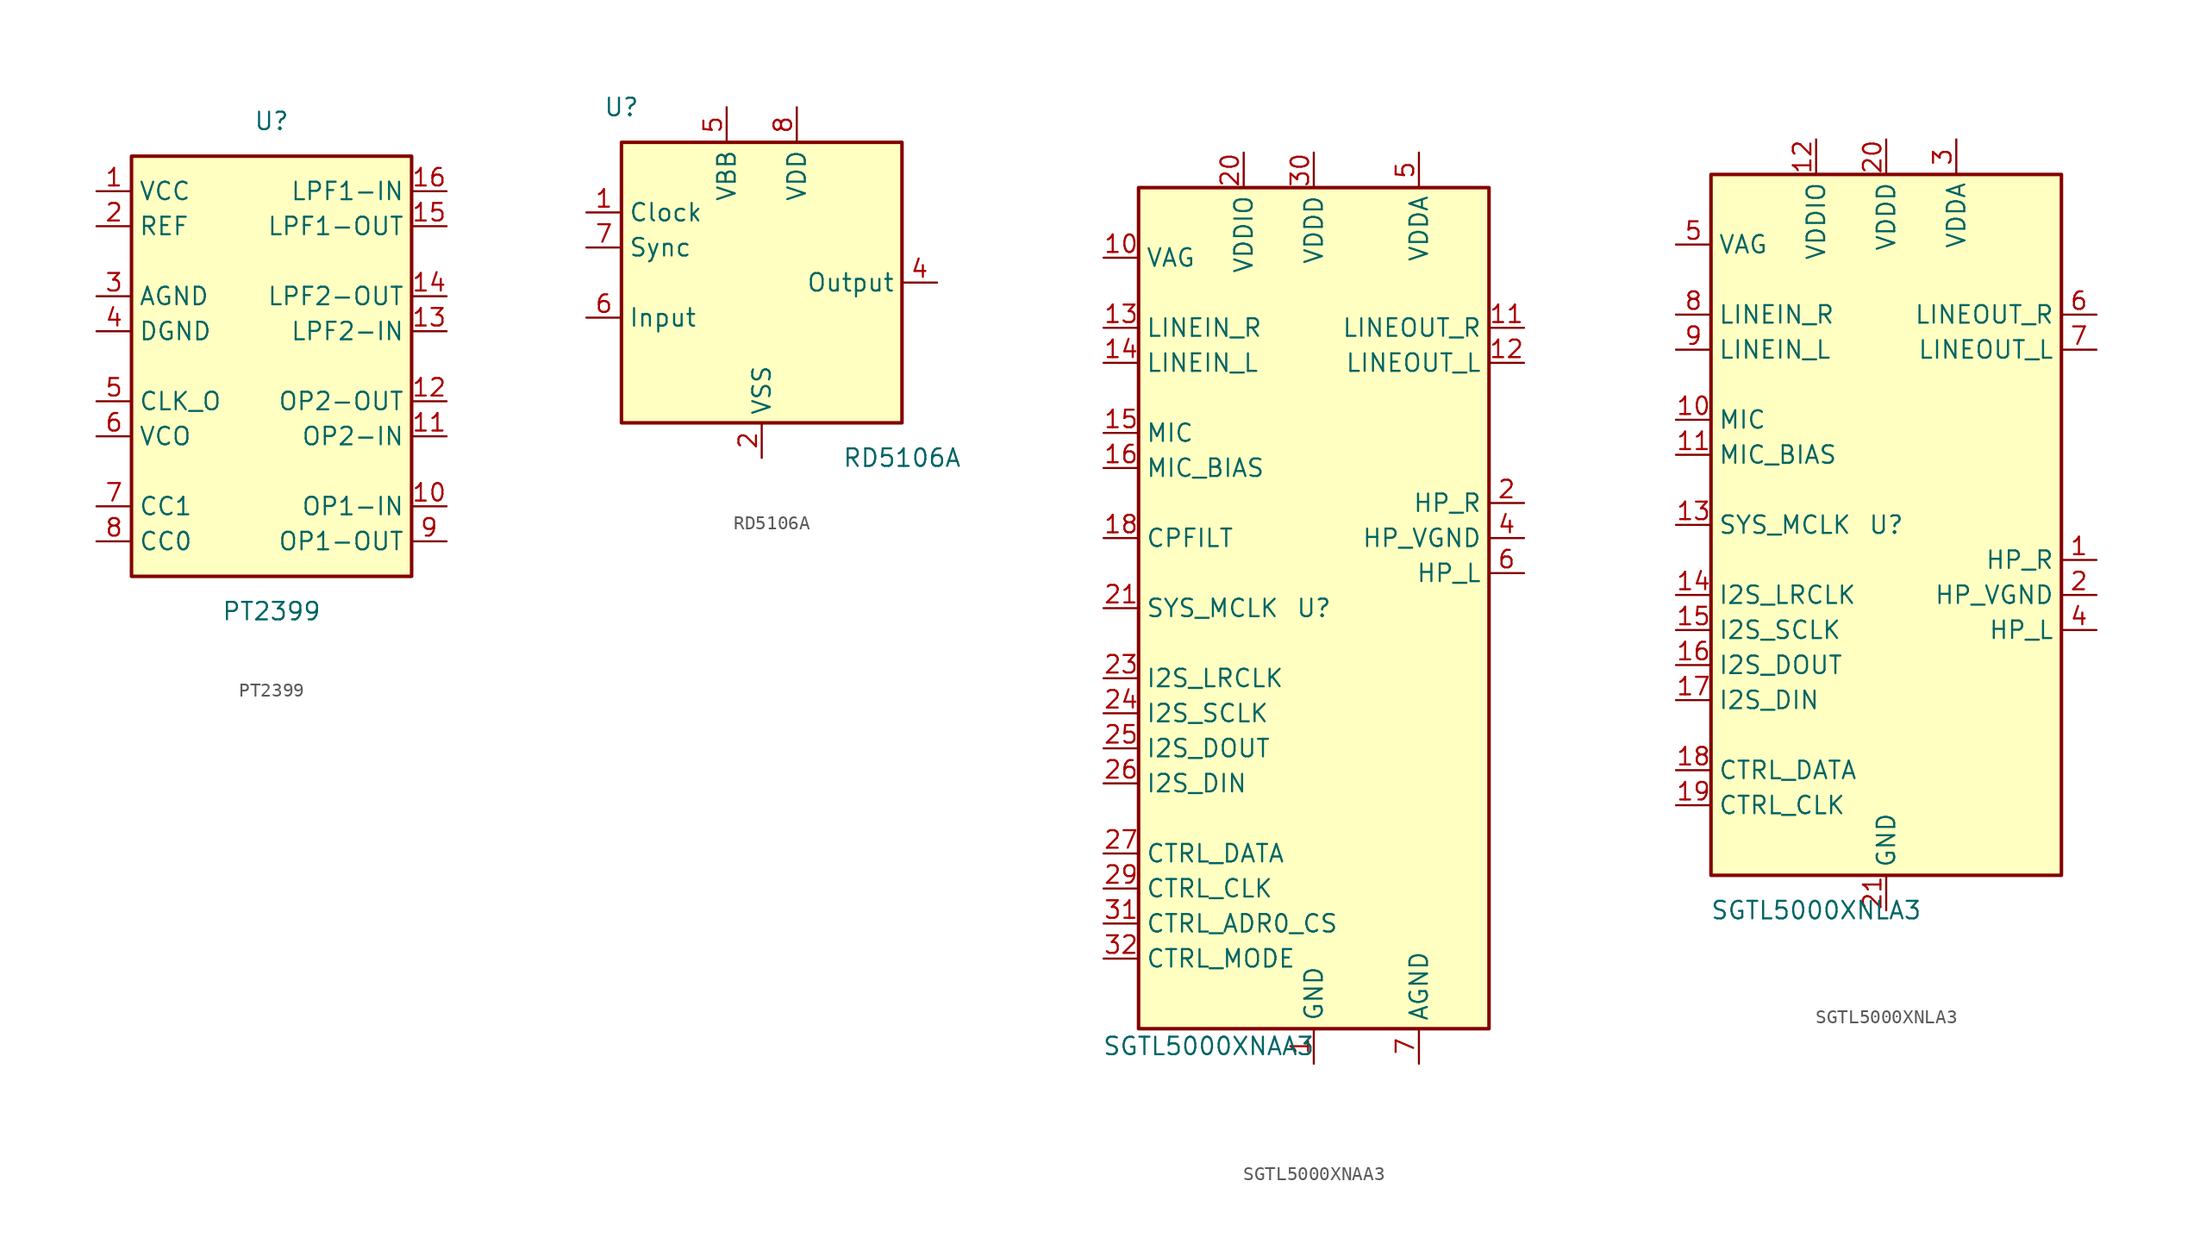
<source format=kicad_sym>
(kicad_symbol_lib
  (version 20231120)
  (generator "kicad_symbol_editor")
  (generator_version "8.0")
  (symbol "PT2399"
    (property "Reference" "U"
      (at 0 17.78 0)
      (effects (font (size 1.27 1.27))))
    (property "Value" "PT2399"
      (at 0 -17.78 0)
      (effects (font (size 1.27 1.27))))
    (symbol "PT2399_0_1"
      (rectangle (start -10.16 15.24) (end 10.16 -15.24) (stroke (width 0.254) (type solid)) (fill (type background))))
    (symbol "PT2399_1_1"
      (pin power_in line (at -12.7 12.7 0) (length 2.54) (name "VCC" (effects (font (size 1.27 1.27)))) (number "1" (effects (font (size 1.27 1.27)))))
      (pin input line (at 12.7 -10.16 180) (length 2.54) (name "OP1-IN" (effects (font (size 1.27 1.27)))) (number "10" (effects (font (size 1.27 1.27)))))
      (pin input line (at 12.7 -5.08 180) (length 2.54) (name "OP2-IN" (effects (font (size 1.27 1.27)))) (number "11" (effects (font (size 1.27 1.27)))))
      (pin output line (at 12.7 -2.54 180) (length 2.54) (name "OP2-OUT" (effects (font (size 1.27 1.27)))) (number "12" (effects (font (size 1.27 1.27)))))
      (pin input line (at 12.7 2.54 180) (length 2.54) (name "LPF2-IN" (effects (font (size 1.27 1.27)))) (number "13" (effects (font (size 1.27 1.27)))))
      (pin output line (at 12.7 5.08 180) (length 2.54) (name "LPF2-OUT" (effects (font (size 1.27 1.27)))) (number "14" (effects (font (size 1.27 1.27)))))
      (pin output line (at 12.7 10.16 180) (length 2.54) (name "LPF1-OUT" (effects (font (size 1.27 1.27)))) (number "15" (effects (font (size 1.27 1.27)))))
      (pin input line (at 12.7 12.7 180) (length 2.54) (name "LPF1-IN" (effects (font (size 1.27 1.27)))) (number "16" (effects (font (size 1.27 1.27)))))
      (pin passive line (at -12.7 10.16 0) (length 2.54) (name "REF" (effects (font (size 1.27 1.27)))) (number "2" (effects (font (size 1.27 1.27)))))
      (pin power_in line (at -12.7 5.08 0) (length 2.54) (name "AGND" (effects (font (size 1.27 1.27)))) (number "3" (effects (font (size 1.27 1.27)))))
      (pin power_in line (at -12.7 2.54 0) (length 2.54) (name "DGND" (effects (font (size 1.27 1.27)))) (number "4" (effects (font (size 1.27 1.27)))))
      (pin passive line (at -12.7 -2.54 0) (length 2.54) (name "CLK_O" (effects (font (size 1.27 1.27)))) (number "5" (effects (font (size 1.27 1.27)))))
      (pin passive line (at -12.7 -5.08 0) (length 2.54) (name "VCO" (effects (font (size 1.27 1.27)))) (number "6" (effects (font (size 1.27 1.27)))))
      (pin passive line (at -12.7 -10.16 0) (length 2.54) (name "CC1" (effects (font (size 1.27 1.27)))) (number "7" (effects (font (size 1.27 1.27)))))
      (pin passive line (at -12.7 -12.7 0) (length 2.54) (name "CC0" (effects (font (size 1.27 1.27)))) (number "8" (effects (font (size 1.27 1.27)))))
      (pin output line (at 12.7 -12.7 180) (length 2.54) (name "OP1-OUT" (effects (font (size 1.27 1.27)))) (number "9" (effects (font (size 1.27 1.27)))))))
  (symbol "RD5106A"
    (property "Reference" "U"
      (at -10.16 12.7 0)
      (effects (font (size 1.27 1.27))))
    (property "Value" "RD5106A"
      (at 10.16 -12.7 0)
      (effects (font (size 1.27 1.27))))
    (symbol "RD5106A_0_1"
      (rectangle (start -10.16 10.16) (end 10.16 -10.16) (stroke (width 0.254) (type solid)) (fill (type background))))
    (symbol "RD5106A_1_1"
      (pin input line (at -12.7 5.08 0) (length 2.54) (name "Clock" (effects (font (size 1.27 1.27)))) (number "1" (effects (font (size 1.27 1.27)))))
      (pin power_in line (at 0 -12.7 90) (length 2.54) (name "VSS" (effects (font (size 1.27 1.27)))) (number "2" (effects (font (size 1.27 1.27)))))
      (pin no_connect line (at -12.7 -7.62 0) (length 2.54) hide (name "NC" (effects (font (size 1.27 1.27)))) (number "3" (effects (font (size 1.27 1.27)))))
      (pin output line (at 12.7 0 180) (length 2.54) (name "Output" (effects (font (size 1.27 1.27)))) (number "4" (effects (font (size 1.27 1.27)))))
      (pin power_in line (at -2.54 12.7 270) (length 2.54) (name "VBB" (effects (font (size 1.27 1.27)))) (number "5" (effects (font (size 1.27 1.27)))))
      (pin input line (at -12.7 -2.54 0) (length 2.54) (name "Input" (effects (font (size 1.27 1.27)))) (number "6" (effects (font (size 1.27 1.27)))))
      (pin input line (at -12.7 2.54 0) (length 2.54) (name "Sync" (effects (font (size 1.27 1.27)))) (number "7" (effects (font (size 1.27 1.27)))))
      (pin power_in line (at 2.54 12.7 270) (length 2.54) (name "VDD" (effects (font (size 1.27 1.27)))) (number "8" (effects (font (size 1.27 1.27)))))))
  (symbol "SGTL5000XNAA3"
    (property "Reference" "U"
      (at 0 0 0)
      (effects (font (size 1.27 1.27))))
    (property "Value" "SGTL5000XNAA3"
      (at -7.62 -31.75 0)
      (effects (font (size 1.27 1.27))))
    (symbol "SGTL5000XNAA3_0_1"
      (rectangle (start -12.7 30.48) (end 12.7 -30.48) (stroke (width 0.254) (type solid)) (fill (type background))))
    (symbol "SGTL5000XNAA3_1_1"
      (pin power_in line (at 0 -33.02 90) (length 2.54) (name "GND" (effects (font (size 1.27 1.27)))) (number "1" (effects (font (size 1.27 1.27)))))
      (pin passive line (at -15.24 25.4 0) (length 2.54) (name "VAG" (effects (font (size 1.27 1.27)))) (number "10" (effects (font (size 1.27 1.27)))))
      (pin output line (at 15.24 20.32 180) (length 2.54) (name "LINEOUT_R" (effects (font (size 1.27 1.27)))) (number "11" (effects (font (size 1.27 1.27)))))
      (pin output line (at 15.24 17.78 180) (length 2.54) (name "LINEOUT_L" (effects (font (size 1.27 1.27)))) (number "12" (effects (font (size 1.27 1.27)))))
      (pin input line (at -15.24 20.32 0) (length 2.54) (name "LINEIN_R" (effects (font (size 1.27 1.27)))) (number "13" (effects (font (size 1.27 1.27)))))
      (pin input line (at -15.24 17.78 0) (length 2.54) (name "LINEIN_L" (effects (font (size 1.27 1.27)))) (number "14" (effects (font (size 1.27 1.27)))))
      (pin input line (at -15.24 12.7 0) (length 2.54) (name "MIC" (effects (font (size 1.27 1.27)))) (number "15" (effects (font (size 1.27 1.27)))))
      (pin input line (at -15.24 10.16 0) (length 2.54) (name "MIC_BIAS" (effects (font (size 1.27 1.27)))) (number "16" (effects (font (size 1.27 1.27)))))
      (pin no_connect line (at 10.16 -20.32 0) (length 2.54) hide (name "NC" (effects (font (size 1.27 1.27)))) (number "17" (effects (font (size 1.27 1.27)))))
      (pin input line (at -15.24 5.08 0) (length 2.54) (name "CPFILT" (effects (font (size 1.27 1.27)))) (number "18" (effects (font (size 1.27 1.27)))))
      (pin no_connect line (at 10.16 -2.54 0) (length 2.54) hide (name "NC" (effects (font (size 1.27 1.27)))) (number "19" (effects (font (size 1.27 1.27)))))
      (pin output line (at 15.24 7.62 180) (length 2.54) (name "HP_R" (effects (font (size 1.27 1.27)))) (number "2" (effects (font (size 1.27 1.27)))))
      (pin power_in line (at -5.08 33.02 270) (length 2.54) (name "VDDIO" (effects (font (size 1.27 1.27)))) (number "20" (effects (font (size 1.27 1.27)))))
      (pin input line (at -15.24 0 0) (length 2.54) (name "SYS_MCLK" (effects (font (size 1.27 1.27)))) (number "21" (effects (font (size 1.27 1.27)))))
      (pin no_connect line (at 10.16 -5.08 0) (length 2.54) hide (name "NC" (effects (font (size 1.27 1.27)))) (number "22" (effects (font (size 1.27 1.27)))))
      (pin input line (at -15.24 -5.08 0) (length 2.54) (name "I2S_LRCLK" (effects (font (size 1.27 1.27)))) (number "23" (effects (font (size 1.27 1.27)))))
      (pin input line (at -15.24 -7.62 0) (length 2.54) (name "I2S_SCLK" (effects (font (size 1.27 1.27)))) (number "24" (effects (font (size 1.27 1.27)))))
      (pin output line (at -15.24 -10.16 0) (length 2.54) (name "I2S_DOUT" (effects (font (size 1.27 1.27)))) (number "25" (effects (font (size 1.27 1.27)))))
      (pin input line (at -15.24 -12.7 0) (length 2.54) (name "I2S_DIN" (effects (font (size 1.27 1.27)))) (number "26" (effects (font (size 1.27 1.27)))))
      (pin input line (at -15.24 -17.78 0) (length 2.54) (name "CTRL_DATA" (effects (font (size 1.27 1.27)))) (number "27" (effects (font (size 1.27 1.27)))))
      (pin no_connect line (at 10.16 -7.62 0) (length 2.54) hide (name "NC" (effects (font (size 1.27 1.27)))) (number "28" (effects (font (size 1.27 1.27)))))
      (pin input line (at -15.24 -20.32 0) (length 2.54) (name "CTRL_CLK" (effects (font (size 1.27 1.27)))) (number "29" (effects (font (size 1.27 1.27)))))
      (pin passive line (at 0 -33.02 90) (length 2.54) hide (name "GND" (effects (font (size 1.27 1.27)))) (number "3" (effects (font (size 1.27 1.27)))))
      (pin power_in line (at 0 33.02 270) (length 2.54) (name "VDDD" (effects (font (size 1.27 1.27)))) (number "30" (effects (font (size 1.27 1.27)))))
      (pin input line (at -15.24 -22.86 0) (length 2.54) (name "CTRL_ADR0_CS" (effects (font (size 1.27 1.27)))) (number "31" (effects (font (size 1.27 1.27)))))
      (pin input line (at -15.24 -25.4 0) (length 2.54) (name "CTRL_MODE" (effects (font (size 1.27 1.27)))) (number "32" (effects (font (size 1.27 1.27)))))
      (pin passive line (at 0 -33.02 90) (length 2.54) hide (name "GND" (effects (font (size 1.27 1.27)))) (number "33" (effects (font (size 1.27 1.27)))))
      (pin power_out line (at 15.24 5.08 180) (length 2.54) (name "HP_VGND" (effects (font (size 1.27 1.27)))) (number "4" (effects (font (size 1.27 1.27)))))
      (pin power_in line (at 7.62 33.02 270) (length 2.54) (name "VDDA" (effects (font (size 1.27 1.27)))) (number "5" (effects (font (size 1.27 1.27)))))
      (pin output line (at 15.24 2.54 180) (length 2.54) (name "HP_L" (effects (font (size 1.27 1.27)))) (number "6" (effects (font (size 1.27 1.27)))))
      (pin power_in line (at 7.62 -33.02 90) (length 2.54) (name "AGND" (effects (font (size 1.27 1.27)))) (number "7" (effects (font (size 1.27 1.27)))))
      (pin no_connect line (at 10.16 -15.24 0) (length 2.54) hide (name "NC" (effects (font (size 1.27 1.27)))) (number "8" (effects (font (size 1.27 1.27)))))
      (pin no_connect line (at 10.16 -17.78 0) (length 2.54) hide (name "NC" (effects (font (size 1.27 1.27)))) (number "9" (effects (font (size 1.27 1.27)))))))
  (symbol "SGTL5000XNLA3"
    (property "Reference" "U"
      (at 0 0 0)
      (effects (font (size 1.27 1.27))))
    (property "Value" "SGTL5000XNLA3"
      (at -5.08 -27.94 0)
      (effects (font (size 1.27 1.27))))
    (symbol "SGTL5000XNLA3_0_1"
      (rectangle (start -12.7 25.4) (end 12.7 -25.4) (stroke (width 0.254) (type solid)) (fill (type background))))
    (symbol "SGTL5000XNLA3_1_1"
      (pin output line (at 15.24 -2.54 180) (length 2.54) (name "HP_R" (effects (font (size 1.27 1.27)))) (number "1" (effects (font (size 1.27 1.27)))))
      (pin input line (at -15.24 7.62 0) (length 2.54) (name "MIC" (effects (font (size 1.27 1.27)))) (number "10" (effects (font (size 1.27 1.27)))))
      (pin input line (at -15.24 5.08 0) (length 2.54) (name "MIC_BIAS" (effects (font (size 1.27 1.27)))) (number "11" (effects (font (size 1.27 1.27)))))
      (pin power_in line (at -5.08 27.94 270) (length 2.54) (name "VDDIO" (effects (font (size 1.27 1.27)))) (number "12" (effects (font (size 1.27 1.27)))))
      (pin input line (at -15.24 0 0) (length 2.54) (name "SYS_MCLK" (effects (font (size 1.27 1.27)))) (number "13" (effects (font (size 1.27 1.27)))))
      (pin input line (at -15.24 -5.08 0) (length 2.54) (name "I2S_LRCLK" (effects (font (size 1.27 1.27)))) (number "14" (effects (font (size 1.27 1.27)))))
      (pin input line (at -15.24 -7.62 0) (length 2.54) (name "I2S_SCLK" (effects (font (size 1.27 1.27)))) (number "15" (effects (font (size 1.27 1.27)))))
      (pin output line (at -15.24 -10.16 0) (length 2.54) (name "I2S_DOUT" (effects (font (size 1.27 1.27)))) (number "16" (effects (font (size 1.27 1.27)))))
      (pin input line (at -15.24 -12.7 0) (length 2.54) (name "I2S_DIN" (effects (font (size 1.27 1.27)))) (number "17" (effects (font (size 1.27 1.27)))))
      (pin input line (at -15.24 -17.78 0) (length 2.54) (name "CTRL_DATA" (effects (font (size 1.27 1.27)))) (number "18" (effects (font (size 1.27 1.27)))))
      (pin input line (at -15.24 -20.32 0) (length 2.54) (name "CTRL_CLK" (effects (font (size 1.27 1.27)))) (number "19" (effects (font (size 1.27 1.27)))))
      (pin power_out line (at 15.24 -5.08 180) (length 2.54) (name "HP_VGND" (effects (font (size 1.27 1.27)))) (number "2" (effects (font (size 1.27 1.27)))))
      (pin power_in line (at 0 27.94 270) (length 2.54) (name "VDDD" (effects (font (size 1.27 1.27)))) (number "20" (effects (font (size 1.27 1.27)))))
      (pin power_in line (at 0 -27.94 90) (length 2.54) (name "GND" (effects (font (size 1.27 1.27)))) (number "21" (effects (font (size 1.27 1.27)))))
      (pin power_in line (at 5.08 27.94 270) (length 2.54) (name "VDDA" (effects (font (size 1.27 1.27)))) (number "3" (effects (font (size 1.27 1.27)))))
      (pin output line (at 15.24 -7.62 180) (length 2.54) (name "HP_L" (effects (font (size 1.27 1.27)))) (number "4" (effects (font (size 1.27 1.27)))))
      (pin passive line (at -15.24 20.32 0) (length 2.54) (name "VAG" (effects (font (size 1.27 1.27)))) (number "5" (effects (font (size 1.27 1.27)))))
      (pin output line (at 15.24 15.24 180) (length 2.54) (name "LINEOUT_R" (effects (font (size 1.27 1.27)))) (number "6" (effects (font (size 1.27 1.27)))))
      (pin output line (at 15.24 12.7 180) (length 2.54) (name "LINEOUT_L" (effects (font (size 1.27 1.27)))) (number "7" (effects (font (size 1.27 1.27)))))
      (pin input line (at -15.24 15.24 0) (length 2.54) (name "LINEIN_R" (effects (font (size 1.27 1.27)))) (number "8" (effects (font (size 1.27 1.27)))))
      (pin input line (at -15.24 12.7 0) (length 2.54) (name "LINEIN_L" (effects (font (size 1.27 1.27)))) (number "9" (effects (font (size 1.27 1.27))))))))
</source>
